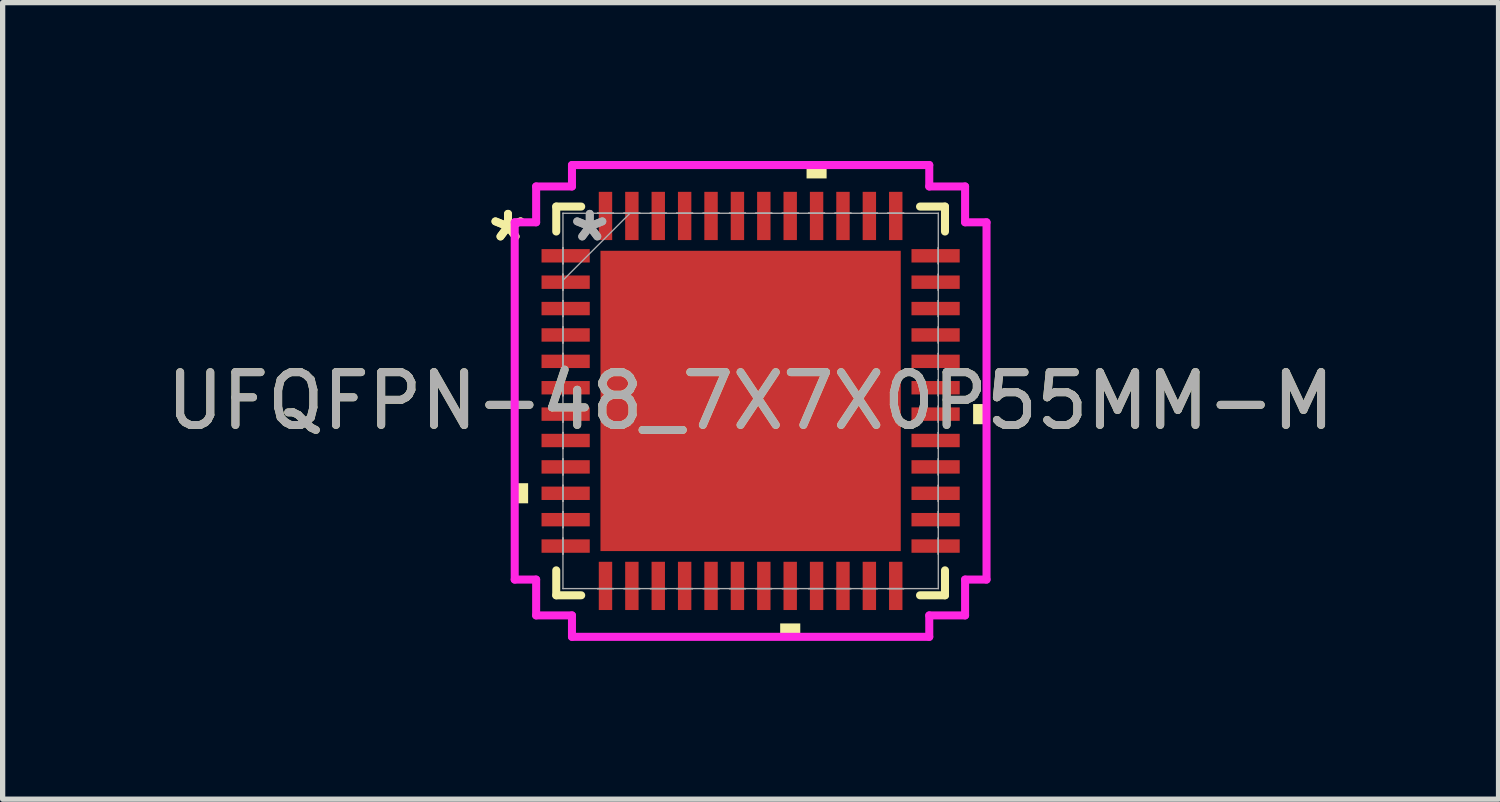
<source format=kicad_pcb>
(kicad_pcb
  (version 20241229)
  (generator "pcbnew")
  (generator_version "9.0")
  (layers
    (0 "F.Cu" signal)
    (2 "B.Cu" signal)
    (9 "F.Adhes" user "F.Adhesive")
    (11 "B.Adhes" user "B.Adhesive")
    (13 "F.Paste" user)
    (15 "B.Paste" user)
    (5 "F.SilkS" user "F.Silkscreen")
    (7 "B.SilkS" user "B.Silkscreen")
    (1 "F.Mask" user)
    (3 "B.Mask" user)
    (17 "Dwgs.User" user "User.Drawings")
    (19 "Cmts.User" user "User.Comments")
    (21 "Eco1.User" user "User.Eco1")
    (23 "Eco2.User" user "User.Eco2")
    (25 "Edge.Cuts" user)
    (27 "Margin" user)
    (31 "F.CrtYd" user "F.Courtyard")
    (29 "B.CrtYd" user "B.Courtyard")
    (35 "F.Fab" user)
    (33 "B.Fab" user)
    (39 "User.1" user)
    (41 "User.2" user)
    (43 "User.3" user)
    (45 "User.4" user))
  (footprint "UFQFPN-48_7X7X0P55MM-M"
    (layer "F.Cu")
    (at 11.173 4.547)
    (property "Reference" "UFQFPN-48_7X7X0P55MM-M" (at 0 0 0) (unlocked yes) (layer "F.SilkS") (effects (font (size 1 1) (thickness 0.15))))
    (attr smd)
    (fp_line (start -3.683 -3.683) (end -3.683 -3.21) (stroke (width 0.152) (type solid)) (layer "F.SilkS"))
    (fp_line (start -3.683 3.21) (end -3.683 3.683) (stroke (width 0.152) (type solid)) (layer "F.SilkS"))
    (fp_line (start -3.683 3.683) (end -3.21 3.683) (stroke (width 0.152) (type solid)) (layer "F.SilkS"))
    (fp_line (start -3.21 -3.683) (end -3.683 -3.683) (stroke (width 0.152) (type solid)) (layer "F.SilkS"))
    (fp_line (start 3.21 3.683) (end 3.683 3.683) (stroke (width 0.152) (type solid)) (layer "F.SilkS"))
    (fp_line (start 3.683 -3.683) (end 3.21 -3.683) (stroke (width 0.152) (type solid)) (layer "F.SilkS"))
    (fp_line (start 3.683 -3.21) (end 3.683 -3.683) (stroke (width 0.152) (type solid)) (layer "F.SilkS"))
    (fp_line (start 3.683 3.683) (end 3.683 3.21) (stroke (width 0.152) (type solid)) (layer "F.SilkS"))
    (fp_poly (pts (xy -4.47 1.559) (xy -4.47 1.94) (xy -4.216 1.94) (xy -4.216 1.559)) (stroke (width 0) (type solid)) (fill yes) (layer "F.SilkS"))
    (fp_poly (pts (xy 0.56 4.216) (xy 0.56 4.47) (xy 0.941 4.47) (xy 0.941 4.216)) (stroke (width 0) (type solid)) (fill yes) (layer "F.SilkS"))
    (fp_poly (pts (xy 1.06 -4.216) (xy 1.06 -4.47) (xy 1.44 -4.47) (xy 1.44 -4.216)) (stroke (width 0) (type solid)) (fill yes) (layer "F.SilkS"))
    (fp_poly (pts (xy 4.47 0.059) (xy 4.47 0.441) (xy 4.216 0.441) (xy 4.216 0.059)) (stroke (width 0) (type solid)) (fill yes) (layer "F.SilkS"))
    (fp_poly (pts (xy -2.745 -2.745) (xy -2.745 -1.522) (xy -1.522 -1.522) (xy -1.522 -2.745)) (stroke (width 0) (type solid)) (fill yes) (layer "F.Paste"))
    (fp_poly (pts (xy -2.745 -1.322) (xy -2.745 -0.1) (xy -1.522 -0.1) (xy -1.522 -1.322)) (stroke (width 0) (type solid)) (fill yes) (layer "F.Paste"))
    (fp_poly (pts (xy -2.745 0.1) (xy -2.745 1.322) (xy -1.522 1.322) (xy -1.522 0.1)) (stroke (width 0) (type solid)) (fill yes) (layer "F.Paste"))
    (fp_poly (pts (xy -2.745 1.522) (xy -2.745 2.745) (xy -1.522 2.745) (xy -1.522 1.522)) (stroke (width 0) (type solid)) (fill yes) (layer "F.Paste"))
    (fp_poly (pts (xy -1.322 -2.745) (xy -1.322 -1.522) (xy -0.1 -1.522) (xy -0.1 -2.745)) (stroke (width 0) (type solid)) (fill yes) (layer "F.Paste"))
    (fp_poly (pts (xy -1.322 -1.322) (xy -1.322 -0.1) (xy -0.1 -0.1) (xy -0.1 -1.322)) (stroke (width 0) (type solid)) (fill yes) (layer "F.Paste"))
    (fp_poly (pts (xy -1.322 0.1) (xy -1.322 1.322) (xy -0.1 1.322) (xy -0.1 0.1)) (stroke (width 0) (type solid)) (fill yes) (layer "F.Paste"))
    (fp_poly (pts (xy -1.322 1.522) (xy -1.322 2.745) (xy -0.1 2.745) (xy -0.1 1.522)) (stroke (width 0) (type solid)) (fill yes) (layer "F.Paste"))
    (fp_poly (pts (xy 0.1 -2.745) (xy 0.1 -1.522) (xy 1.322 -1.522) (xy 1.322 -2.745)) (stroke (width 0) (type solid)) (fill yes) (layer "F.Paste"))
    (fp_poly (pts (xy 0.1 -1.322) (xy 0.1 -0.1) (xy 1.322 -0.1) (xy 1.322 -1.322)) (stroke (width 0) (type solid)) (fill yes) (layer "F.Paste"))
    (fp_poly (pts (xy 0.1 0.1) (xy 0.1 1.322) (xy 1.322 1.322) (xy 1.322 0.1)) (stroke (width 0) (type solid)) (fill yes) (layer "F.Paste"))
    (fp_poly (pts (xy 0.1 1.522) (xy 0.1 2.745) (xy 1.322 2.745) (xy 1.322 1.522)) (stroke (width 0) (type solid)) (fill yes) (layer "F.Paste"))
    (fp_poly (pts (xy 1.522 -2.745) (xy 1.522 -1.522) (xy 2.745 -1.522) (xy 2.745 -2.745)) (stroke (width 0) (type solid)) (fill yes) (layer "F.Paste"))
    (fp_poly (pts (xy 1.522 -1.322) (xy 1.522 -0.1) (xy 2.745 -0.1) (xy 2.745 -1.322)) (stroke (width 0) (type solid)) (fill yes) (layer "F.Paste"))
    (fp_poly (pts (xy 1.522 0.1) (xy 1.522 1.322) (xy 2.745 1.322) (xy 2.745 0.1)) (stroke (width 0) (type solid)) (fill yes) (layer "F.Paste"))
    (fp_poly (pts (xy 1.522 1.522) (xy 1.522 2.745) (xy 2.745 2.745) (xy 2.745 1.522)) (stroke (width 0) (type solid)) (fill yes) (layer "F.Paste"))
    (fp_line (start -4.47 -3.385) (end -4.064 -3.385) (stroke (width 0.152) (type solid)) (layer "F.CrtYd"))
    (fp_line (start -4.47 3.385) (end -4.47 -3.385) (stroke (width 0.152) (type solid)) (layer "F.CrtYd"))
    (fp_line (start -4.064 -4.064) (end -3.385 -4.064) (stroke (width 0.152) (type solid)) (layer "F.CrtYd"))
    (fp_line (start -4.064 -3.385) (end -4.064 -4.064) (stroke (width 0.152) (type solid)) (layer "F.CrtYd"))
    (fp_line (start -4.064 3.385) (end -4.47 3.385) (stroke (width 0.152) (type solid)) (layer "F.CrtYd"))
    (fp_line (start -4.064 4.064) (end -4.064 3.385) (stroke (width 0.152) (type solid)) (layer "F.CrtYd"))
    (fp_line (start -3.385 -4.47) (end 3.385 -4.47) (stroke (width 0.152) (type solid)) (layer "F.CrtYd"))
    (fp_line (start -3.385 -4.064) (end -3.385 -4.47) (stroke (width 0.152) (type solid)) (layer "F.CrtYd"))
    (fp_line (start -3.385 4.064) (end -4.064 4.064) (stroke (width 0.152) (type solid)) (layer "F.CrtYd"))
    (fp_line (start -3.385 4.47) (end -3.385 4.064) (stroke (width 0.152) (type solid)) (layer "F.CrtYd"))
    (fp_line (start 3.385 -4.47) (end 3.385 -4.064) (stroke (width 0.152) (type solid)) (layer "F.CrtYd"))
    (fp_line (start 3.385 -4.064) (end 4.064 -4.064) (stroke (width 0.152) (type solid)) (layer "F.CrtYd"))
    (fp_line (start 3.385 4.064) (end 3.385 4.47) (stroke (width 0.152) (type solid)) (layer "F.CrtYd"))
    (fp_line (start 3.385 4.47) (end -3.385 4.47) (stroke (width 0.152) (type solid)) (layer "F.CrtYd"))
    (fp_line (start 4.064 -4.064) (end 4.064 -3.385) (stroke (width 0.152) (type solid)) (layer "F.CrtYd"))
    (fp_line (start 4.064 -3.385) (end 4.47 -3.385) (stroke (width 0.152) (type solid)) (layer "F.CrtYd"))
    (fp_line (start 4.064 3.385) (end 4.064 4.064) (stroke (width 0.152) (type solid)) (layer "F.CrtYd"))
    (fp_line (start 4.064 4.064) (end 3.385 4.064) (stroke (width 0.152) (type solid)) (layer "F.CrtYd"))
    (fp_line (start 4.47 -3.385) (end 4.47 3.385) (stroke (width 0.152) (type solid)) (layer "F.CrtYd"))
    (fp_line (start 4.47 3.385) (end 4.064 3.385) (stroke (width 0.152) (type solid)) (layer "F.CrtYd"))
    (fp_line (start -3.556 -3.556) (end -3.556 -3.556) (stroke (width 0.025) (type solid)) (layer "F.Fab"))
    (fp_line (start -3.556 -3.556) (end -3.556 3.556) (stroke (width 0.025) (type solid)) (layer "F.Fab"))
    (fp_line (start -3.556 -2.902) (end -3.556 -2.902) (stroke (width 0.025) (type solid)) (layer "F.Fab"))
    (fp_line (start -3.556 -2.902) (end -3.556 -2.598) (stroke (width 0.025) (type solid)) (layer "F.Fab"))
    (fp_line (start -3.556 -2.598) (end -3.556 -2.902) (stroke (width 0.025) (type solid)) (layer "F.Fab"))
    (fp_line (start -3.556 -2.598) (end -3.556 -2.598) (stroke (width 0.025) (type solid)) (layer "F.Fab"))
    (fp_line (start -3.556 -2.402) (end -3.556 -2.402) (stroke (width 0.025) (type solid)) (layer "F.Fab"))
    (fp_line (start -3.556 -2.402) (end -3.556 -2.098) (stroke (width 0.025) (type solid)) (layer "F.Fab"))
    (fp_line (start -3.556 -2.286) (end -2.286 -3.556) (stroke (width 0.025) (type solid)) (layer "F.Fab"))
    (fp_line (start -3.556 -2.098) (end -3.556 -2.402) (stroke (width 0.025) (type solid)) (layer "F.Fab"))
    (fp_line (start -3.556 -2.098) (end -3.556 -2.098) (stroke (width 0.025) (type solid)) (layer "F.Fab"))
    (fp_line (start -3.556 -1.902) (end -3.556 -1.902) (stroke (width 0.025) (type solid)) (layer "F.Fab"))
    (fp_line (start -3.556 -1.902) (end -3.556 -1.598) (stroke (width 0.025) (type solid)) (layer "F.Fab"))
    (fp_line (start -3.556 -1.598) (end -3.556 -1.902) (stroke (width 0.025) (type solid)) (layer "F.Fab"))
    (fp_line (start -3.556 -1.598) (end -3.556 -1.598) (stroke (width 0.025) (type solid)) (layer "F.Fab"))
    (fp_line (start -3.556 -1.402) (end -3.556 -1.402) (stroke (width 0.025) (type solid)) (layer "F.Fab"))
    (fp_line (start -3.556 -1.402) (end -3.556 -1.098) (stroke (width 0.025) (type solid)) (layer "F.Fab"))
    (fp_line (start -3.556 -1.098) (end -3.556 -1.402) (stroke (width 0.025) (type solid)) (layer "F.Fab"))
    (fp_line (start -3.556 -1.098) (end -3.556 -1.098) (stroke (width 0.025) (type solid)) (layer "F.Fab"))
    (fp_line (start -3.556 -0.902) (end -3.556 -0.902) (stroke (width 0.025) (type solid)) (layer "F.Fab"))
    (fp_line (start -3.556 -0.902) (end -3.556 -0.598) (stroke (width 0.025) (type solid)) (layer "F.Fab"))
    (fp_line (start -3.556 -0.598) (end -3.556 -0.902) (stroke (width 0.025) (type solid)) (layer "F.Fab"))
    (fp_line (start -3.556 -0.598) (end -3.556 -0.598) (stroke (width 0.025) (type solid)) (layer "F.Fab"))
    (fp_line (start -3.556 -0.402) (end -3.556 -0.402) (stroke (width 0.025) (type solid)) (layer "F.Fab"))
    (fp_line (start -3.556 -0.402) (end -3.556 -0.098) (stroke (width 0.025) (type solid)) (layer "F.Fab"))
    (fp_line (start -3.556 -0.098) (end -3.556 -0.402) (stroke (width 0.025) (type solid)) (layer "F.Fab"))
    (fp_line (start -3.556 -0.098) (end -3.556 -0.098) (stroke (width 0.025) (type solid)) (layer "F.Fab"))
    (fp_line (start -3.556 0.098) (end -3.556 0.098) (stroke (width 0.025) (type solid)) (layer "F.Fab"))
    (fp_line (start -3.556 0.098) (end -3.556 0.402) (stroke (width 0.025) (type solid)) (layer "F.Fab"))
    (fp_line (start -3.556 0.402) (end -3.556 0.098) (stroke (width 0.025) (type solid)) (layer "F.Fab"))
    (fp_line (start -3.556 0.402) (end -3.556 0.402) (stroke (width 0.025) (type solid)) (layer "F.Fab"))
    (fp_line (start -3.556 0.598) (end -3.556 0.598) (stroke (width 0.025) (type solid)) (layer "F.Fab"))
    (fp_line (start -3.556 0.598) (end -3.556 0.902) (stroke (width 0.025) (type solid)) (layer "F.Fab"))
    (fp_line (start -3.556 0.902) (end -3.556 0.598) (stroke (width 0.025) (type solid)) (layer "F.Fab"))
    (fp_line (start -3.556 0.902) (end -3.556 0.902) (stroke (width 0.025) (type solid)) (layer "F.Fab"))
    (fp_line (start -3.556 1.098) (end -3.556 1.098) (stroke (width 0.025) (type solid)) (layer "F.Fab"))
    (fp_line (start -3.556 1.098) (end -3.556 1.402) (stroke (width 0.025) (type solid)) (layer "F.Fab"))
    (fp_line (start -3.556 1.402) (end -3.556 1.098) (stroke (width 0.025) (type solid)) (layer "F.Fab"))
    (fp_line (start -3.556 1.402) (end -3.556 1.402) (stroke (width 0.025) (type solid)) (layer "F.Fab"))
    (fp_line (start -3.556 1.598) (end -3.556 1.598) (stroke (width 0.025) (type solid)) (layer "F.Fab"))
    (fp_line (start -3.556 1.598) (end -3.556 1.902) (stroke (width 0.025) (type solid)) (layer "F.Fab"))
    (fp_line (start -3.556 1.902) (end -3.556 1.598) (stroke (width 0.025) (type solid)) (layer "F.Fab"))
    (fp_line (start -3.556 1.902) (end -3.556 1.902) (stroke (width 0.025) (type solid)) (layer "F.Fab"))
    (fp_line (start -3.556 2.098) (end -3.556 2.098) (stroke (width 0.025) (type solid)) (layer "F.Fab"))
    (fp_line (start -3.556 2.098) (end -3.556 2.402) (stroke (width 0.025) (type solid)) (layer "F.Fab"))
    (fp_line (start -3.556 2.402) (end -3.556 2.098) (stroke (width 0.025) (type solid)) (layer "F.Fab"))
    (fp_line (start -3.556 2.402) (end -3.556 2.402) (stroke (width 0.025) (type solid)) (layer "F.Fab"))
    (fp_line (start -3.556 2.598) (end -3.556 2.598) (stroke (width 0.025) (type solid)) (layer "F.Fab"))
    (fp_line (start -3.556 2.598) (end -3.556 2.902) (stroke (width 0.025) (type solid)) (layer "F.Fab"))
    (fp_line (start -3.556 2.902) (end -3.556 2.598) (stroke (width 0.025) (type solid)) (layer "F.Fab"))
    (fp_line (start -3.556 2.902) (end -3.556 2.902) (stroke (width 0.025) (type solid)) (layer "F.Fab"))
    (fp_line (start -3.556 3.556) (end -3.556 3.556) (stroke (width 0.025) (type solid)) (layer "F.Fab"))
    (fp_line (start -3.556 3.556) (end 3.556 3.556) (stroke (width 0.025) (type solid)) (layer "F.Fab"))
    (fp_line (start -2.902 -3.556) (end -2.902 -3.556) (stroke (width 0.025) (type solid)) (layer "F.Fab"))
    (fp_line (start -2.902 -3.556) (end -2.598 -3.556) (stroke (width 0.025) (type solid)) (layer "F.Fab"))
    (fp_line (start -2.902 3.556) (end -2.902 3.556) (stroke (width 0.025) (type solid)) (layer "F.Fab"))
    (fp_line (start -2.902 3.556) (end -2.598 3.556) (stroke (width 0.025) (type solid)) (layer "F.Fab"))
    (fp_line (start -2.598 -3.556) (end -2.902 -3.556) (stroke (width 0.025) (type solid)) (layer "F.Fab"))
    (fp_line (start -2.598 -3.556) (end -2.598 -3.556) (stroke (width 0.025) (type solid)) (layer "F.Fab"))
    (fp_line (start -2.598 3.556) (end -2.902 3.556) (stroke (width 0.025) (type solid)) (layer "F.Fab"))
    (fp_line (start -2.598 3.556) (end -2.598 3.556) (stroke (width 0.025) (type solid)) (layer "F.Fab"))
    (fp_line (start -2.402 -3.556) (end -2.402 -3.556) (stroke (width 0.025) (type solid)) (layer "F.Fab"))
    (fp_line (start -2.402 -3.556) (end -2.098 -3.556) (stroke (width 0.025) (type solid)) (layer "F.Fab"))
    (fp_line (start -2.402 3.556) (end -2.402 3.556) (stroke (width 0.025) (type solid)) (layer "F.Fab"))
    (fp_line (start -2.402 3.556) (end -2.098 3.556) (stroke (width 0.025) (type solid)) (layer "F.Fab"))
    (fp_line (start -2.098 -3.556) (end -2.402 -3.556) (stroke (width 0.025) (type solid)) (layer "F.Fab"))
    (fp_line (start -2.098 -3.556) (end -2.098 -3.556) (stroke (width 0.025) (type solid)) (layer "F.Fab"))
    (fp_line (start -2.098 3.556) (end -2.402 3.556) (stroke (width 0.025) (type solid)) (layer "F.Fab"))
    (fp_line (start -2.098 3.556) (end -2.098 3.556) (stroke (width 0.025) (type solid)) (layer "F.Fab"))
    (fp_line (start -1.902 -3.556) (end -1.902 -3.556) (stroke (width 0.025) (type solid)) (layer "F.Fab"))
    (fp_line (start -1.902 -3.556) (end -1.598 -3.556) (stroke (width 0.025) (type solid)) (layer "F.Fab"))
    (fp_line (start -1.902 3.556) (end -1.902 3.556) (stroke (width 0.025) (type solid)) (layer "F.Fab"))
    (fp_line (start -1.902 3.556) (end -1.598 3.556) (stroke (width 0.025) (type solid)) (layer "F.Fab"))
    (fp_line (start -1.598 -3.556) (end -1.902 -3.556) (stroke (width 0.025) (type solid)) (layer "F.Fab"))
    (fp_line (start -1.598 -3.556) (end -1.598 -3.556) (stroke (width 0.025) (type solid)) (layer "F.Fab"))
    (fp_line (start -1.598 3.556) (end -1.902 3.556) (stroke (width 0.025) (type solid)) (layer "F.Fab"))
    (fp_line (start -1.598 3.556) (end -1.598 3.556) (stroke (width 0.025) (type solid)) (layer "F.Fab"))
    (fp_line (start -1.402 -3.556) (end -1.402 -3.556) (stroke (width 0.025) (type solid)) (layer "F.Fab"))
    (fp_line (start -1.402 -3.556) (end -1.098 -3.556) (stroke (width 0.025) (type solid)) (layer "F.Fab"))
    (fp_line (start -1.402 3.556) (end -1.402 3.556) (stroke (width 0.025) (type solid)) (layer "F.Fab"))
    (fp_line (start -1.402 3.556) (end -1.098 3.556) (stroke (width 0.025) (type solid)) (layer "F.Fab"))
    (fp_line (start -1.098 -3.556) (end -1.402 -3.556) (stroke (width 0.025) (type solid)) (layer "F.Fab"))
    (fp_line (start -1.098 -3.556) (end -1.098 -3.556) (stroke (width 0.025) (type solid)) (layer "F.Fab"))
    (fp_line (start -1.098 3.556) (end -1.402 3.556) (stroke (width 0.025) (type solid)) (layer "F.Fab"))
    (fp_line (start -1.098 3.556) (end -1.098 3.556) (stroke (width 0.025) (type solid)) (layer "F.Fab"))
    (fp_line (start -0.902 -3.556) (end -0.902 -3.556) (stroke (width 0.025) (type solid)) (layer "F.Fab"))
    (fp_line (start -0.902 -3.556) (end -0.598 -3.556) (stroke (width 0.025) (type solid)) (layer "F.Fab"))
    (fp_line (start -0.902 3.556) (end -0.902 3.556) (stroke (width 0.025) (type solid)) (layer "F.Fab"))
    (fp_line (start -0.902 3.556) (end -0.598 3.556) (stroke (width 0.025) (type solid)) (layer "F.Fab"))
    (fp_line (start -0.598 -3.556) (end -0.902 -3.556) (stroke (width 0.025) (type solid)) (layer "F.Fab"))
    (fp_line (start -0.598 -3.556) (end -0.598 -3.556) (stroke (width 0.025) (type solid)) (layer "F.Fab"))
    (fp_line (start -0.598 3.556) (end -0.902 3.556) (stroke (width 0.025) (type solid)) (layer "F.Fab"))
    (fp_line (start -0.598 3.556) (end -0.598 3.556) (stroke (width 0.025) (type solid)) (layer "F.Fab"))
    (fp_line (start -0.402 -3.556) (end -0.402 -3.556) (stroke (width 0.025) (type solid)) (layer "F.Fab"))
    (fp_line (start -0.402 -3.556) (end -0.098 -3.556) (stroke (width 0.025) (type solid)) (layer "F.Fab"))
    (fp_line (start -0.402 3.556) (end -0.402 3.556) (stroke (width 0.025) (type solid)) (layer "F.Fab"))
    (fp_line (start -0.402 3.556) (end -0.098 3.556) (stroke (width 0.025) (type solid)) (layer "F.Fab"))
    (fp_line (start -0.098 -3.556) (end -0.402 -3.556) (stroke (width 0.025) (type solid)) (layer "F.Fab"))
    (fp_line (start -0.098 -3.556) (end -0.098 -3.556) (stroke (width 0.025) (type solid)) (layer "F.Fab"))
    (fp_line (start -0.098 3.556) (end -0.402 3.556) (stroke (width 0.025) (type solid)) (layer "F.Fab"))
    (fp_line (start -0.098 3.556) (end -0.098 3.556) (stroke (width 0.025) (type solid)) (layer "F.Fab"))
    (fp_line (start 0.098 -3.556) (end 0.098 -3.556) (stroke (width 0.025) (type solid)) (layer "F.Fab"))
    (fp_line (start 0.098 -3.556) (end 0.402 -3.556) (stroke (width 0.025) (type solid)) (layer "F.Fab"))
    (fp_line (start 0.098 3.556) (end 0.098 3.556) (stroke (width 0.025) (type solid)) (layer "F.Fab"))
    (fp_line (start 0.098 3.556) (end 0.402 3.556) (stroke (width 0.025) (type solid)) (layer "F.Fab"))
    (fp_line (start 0.402 -3.556) (end 0.098 -3.556) (stroke (width 0.025) (type solid)) (layer "F.Fab"))
    (fp_line (start 0.402 -3.556) (end 0.402 -3.556) (stroke (width 0.025) (type solid)) (layer "F.Fab"))
    (fp_line (start 0.402 3.556) (end 0.098 3.556) (stroke (width 0.025) (type solid)) (layer "F.Fab"))
    (fp_line (start 0.402 3.556) (end 0.402 3.556) (stroke (width 0.025) (type solid)) (layer "F.Fab"))
    (fp_line (start 0.598 -3.556) (end 0.598 -3.556) (stroke (width 0.025) (type solid)) (layer "F.Fab"))
    (fp_line (start 0.598 -3.556) (end 0.902 -3.556) (stroke (width 0.025) (type solid)) (layer "F.Fab"))
    (fp_line (start 0.598 3.556) (end 0.598 3.556) (stroke (width 0.025) (type solid)) (layer "F.Fab"))
    (fp_line (start 0.598 3.556) (end 0.902 3.556) (stroke (width 0.025) (type solid)) (layer "F.Fab"))
    (fp_line (start 0.902 -3.556) (end 0.598 -3.556) (stroke (width 0.025) (type solid)) (layer "F.Fab"))
    (fp_line (start 0.902 -3.556) (end 0.902 -3.556) (stroke (width 0.025) (type solid)) (layer "F.Fab"))
    (fp_line (start 0.902 3.556) (end 0.598 3.556) (stroke (width 0.025) (type solid)) (layer "F.Fab"))
    (fp_line (start 0.902 3.556) (end 0.902 3.556) (stroke (width 0.025) (type solid)) (layer "F.Fab"))
    (fp_line (start 1.098 -3.556) (end 1.098 -3.556) (stroke (width 0.025) (type solid)) (layer "F.Fab"))
    (fp_line (start 1.098 -3.556) (end 1.402 -3.556) (stroke (width 0.025) (type solid)) (layer "F.Fab"))
    (fp_line (start 1.098 3.556) (end 1.098 3.556) (stroke (width 0.025) (type solid)) (layer "F.Fab"))
    (fp_line (start 1.098 3.556) (end 1.402 3.556) (stroke (width 0.025) (type solid)) (layer "F.Fab"))
    (fp_line (start 1.402 -3.556) (end 1.098 -3.556) (stroke (width 0.025) (type solid)) (layer "F.Fab"))
    (fp_line (start 1.402 -3.556) (end 1.402 -3.556) (stroke (width 0.025) (type solid)) (layer "F.Fab"))
    (fp_line (start 1.402 3.556) (end 1.098 3.556) (stroke (width 0.025) (type solid)) (layer "F.Fab"))
    (fp_line (start 1.402 3.556) (end 1.402 3.556) (stroke (width 0.025) (type solid)) (layer "F.Fab"))
    (fp_line (start 1.598 -3.556) (end 1.598 -3.556) (stroke (width 0.025) (type solid)) (layer "F.Fab"))
    (fp_line (start 1.598 -3.556) (end 1.902 -3.556) (stroke (width 0.025) (type solid)) (layer "F.Fab"))
    (fp_line (start 1.598 3.556) (end 1.598 3.556) (stroke (width 0.025) (type solid)) (layer "F.Fab"))
    (fp_line (start 1.598 3.556) (end 1.902 3.556) (stroke (width 0.025) (type solid)) (layer "F.Fab"))
    (fp_line (start 1.902 -3.556) (end 1.598 -3.556) (stroke (width 0.025) (type solid)) (layer "F.Fab"))
    (fp_line (start 1.902 -3.556) (end 1.902 -3.556) (stroke (width 0.025) (type solid)) (layer "F.Fab"))
    (fp_line (start 1.902 3.556) (end 1.598 3.556) (stroke (width 0.025) (type solid)) (layer "F.Fab"))
    (fp_line (start 1.902 3.556) (end 1.902 3.556) (stroke (width 0.025) (type solid)) (layer "F.Fab"))
    (fp_line (start 2.098 -3.556) (end 2.098 -3.556) (stroke (width 0.025) (type solid)) (layer "F.Fab"))
    (fp_line (start 2.098 -3.556) (end 2.402 -3.556) (stroke (width 0.025) (type solid)) (layer "F.Fab"))
    (fp_line (start 2.098 3.556) (end 2.098 3.556) (stroke (width 0.025) (type solid)) (layer "F.Fab"))
    (fp_line (start 2.098 3.556) (end 2.402 3.556) (stroke (width 0.025) (type solid)) (layer "F.Fab"))
    (fp_line (start 2.402 -3.556) (end 2.098 -3.556) (stroke (width 0.025) (type solid)) (layer "F.Fab"))
    (fp_line (start 2.402 -3.556) (end 2.402 -3.556) (stroke (width 0.025) (type solid)) (layer "F.Fab"))
    (fp_line (start 2.402 3.556) (end 2.098 3.556) (stroke (width 0.025) (type solid)) (layer "F.Fab"))
    (fp_line (start 2.402 3.556) (end 2.402 3.556) (stroke (width 0.025) (type solid)) (layer "F.Fab"))
    (fp_line (start 2.598 -3.556) (end 2.598 -3.556) (stroke (width 0.025) (type solid)) (layer "F.Fab"))
    (fp_line (start 2.598 -3.556) (end 2.902 -3.556) (stroke (width 0.025) (type solid)) (layer "F.Fab"))
    (fp_line (start 2.598 3.556) (end 2.598 3.556) (stroke (width 0.025) (type solid)) (layer "F.Fab"))
    (fp_line (start 2.598 3.556) (end 2.902 3.556) (stroke (width 0.025) (type solid)) (layer "F.Fab"))
    (fp_line (start 2.902 -3.556) (end 2.598 -3.556) (stroke (width 0.025) (type solid)) (layer "F.Fab"))
    (fp_line (start 2.902 -3.556) (end 2.902 -3.556) (stroke (width 0.025) (type solid)) (layer "F.Fab"))
    (fp_line (start 2.902 3.556) (end 2.598 3.556) (stroke (width 0.025) (type solid)) (layer "F.Fab"))
    (fp_line (start 2.902 3.556) (end 2.902 3.556) (stroke (width 0.025) (type solid)) (layer "F.Fab"))
    (fp_line (start 3.556 -3.556) (end -3.556 -3.556) (stroke (width 0.025) (type solid)) (layer "F.Fab"))
    (fp_line (start 3.556 -3.556) (end 3.556 -3.556) (stroke (width 0.025) (type solid)) (layer "F.Fab"))
    (fp_line (start 3.556 -2.902) (end 3.556 -2.902) (stroke (width 0.025) (type solid)) (layer "F.Fab"))
    (fp_line (start 3.556 -2.902) (end 3.556 -2.598) (stroke (width 0.025) (type solid)) (layer "F.Fab"))
    (fp_line (start 3.556 -2.598) (end 3.556 -2.902) (stroke (width 0.025) (type solid)) (layer "F.Fab"))
    (fp_line (start 3.556 -2.598) (end 3.556 -2.598) (stroke (width 0.025) (type solid)) (layer "F.Fab"))
    (fp_line (start 3.556 -2.402) (end 3.556 -2.402) (stroke (width 0.025) (type solid)) (layer "F.Fab"))
    (fp_line (start 3.556 -2.402) (end 3.556 -2.098) (stroke (width 0.025) (type solid)) (layer "F.Fab"))
    (fp_line (start 3.556 -2.098) (end 3.556 -2.402) (stroke (width 0.025) (type solid)) (layer "F.Fab"))
    (fp_line (start 3.556 -2.098) (end 3.556 -2.098) (stroke (width 0.025) (type solid)) (layer "F.Fab"))
    (fp_line (start 3.556 -1.902) (end 3.556 -1.902) (stroke (width 0.025) (type solid)) (layer "F.Fab"))
    (fp_line (start 3.556 -1.902) (end 3.556 -1.598) (stroke (width 0.025) (type solid)) (layer "F.Fab"))
    (fp_line (start 3.556 -1.598) (end 3.556 -1.902) (stroke (width 0.025) (type solid)) (layer "F.Fab"))
    (fp_line (start 3.556 -1.598) (end 3.556 -1.598) (stroke (width 0.025) (type solid)) (layer "F.Fab"))
    (fp_line (start 3.556 -1.402) (end 3.556 -1.402) (stroke (width 0.025) (type solid)) (layer "F.Fab"))
    (fp_line (start 3.556 -1.402) (end 3.556 -1.098) (stroke (width 0.025) (type solid)) (layer "F.Fab"))
    (fp_line (start 3.556 -1.098) (end 3.556 -1.402) (stroke (width 0.025) (type solid)) (layer "F.Fab"))
    (fp_line (start 3.556 -1.098) (end 3.556 -1.098) (stroke (width 0.025) (type solid)) (layer "F.Fab"))
    (fp_line (start 3.556 -0.902) (end 3.556 -0.902) (stroke (width 0.025) (type solid)) (layer "F.Fab"))
    (fp_line (start 3.556 -0.902) (end 3.556 -0.598) (stroke (width 0.025) (type solid)) (layer "F.Fab"))
    (fp_line (start 3.556 -0.598) (end 3.556 -0.902) (stroke (width 0.025) (type solid)) (layer "F.Fab"))
    (fp_line (start 3.556 -0.598) (end 3.556 -0.598) (stroke (width 0.025) (type solid)) (layer "F.Fab"))
    (fp_line (start 3.556 -0.402) (end 3.556 -0.402) (stroke (width 0.025) (type solid)) (layer "F.Fab"))
    (fp_line (start 3.556 -0.402) (end 3.556 -0.098) (stroke (width 0.025) (type solid)) (layer "F.Fab"))
    (fp_line (start 3.556 -0.098) (end 3.556 -0.402) (stroke (width 0.025) (type solid)) (layer "F.Fab"))
    (fp_line (start 3.556 -0.098) (end 3.556 -0.098) (stroke (width 0.025) (type solid)) (layer "F.Fab"))
    (fp_line (start 3.556 0.098) (end 3.556 0.098) (stroke (width 0.025) (type solid)) (layer "F.Fab"))
    (fp_line (start 3.556 0.098) (end 3.556 0.402) (stroke (width 0.025) (type solid)) (layer "F.Fab"))
    (fp_line (start 3.556 0.402) (end 3.556 0.098) (stroke (width 0.025) (type solid)) (layer "F.Fab"))
    (fp_line (start 3.556 0.402) (end 3.556 0.402) (stroke (width 0.025) (type solid)) (layer "F.Fab"))
    (fp_line (start 3.556 0.598) (end 3.556 0.598) (stroke (width 0.025) (type solid)) (layer "F.Fab"))
    (fp_line (start 3.556 0.598) (end 3.556 0.902) (stroke (width 0.025) (type solid)) (layer "F.Fab"))
    (fp_line (start 3.556 0.902) (end 3.556 0.598) (stroke (width 0.025) (type solid)) (layer "F.Fab"))
    (fp_line (start 3.556 0.902) (end 3.556 0.902) (stroke (width 0.025) (type solid)) (layer "F.Fab"))
    (fp_line (start 3.556 1.098) (end 3.556 1.098) (stroke (width 0.025) (type solid)) (layer "F.Fab"))
    (fp_line (start 3.556 1.098) (end 3.556 1.402) (stroke (width 0.025) (type solid)) (layer "F.Fab"))
    (fp_line (start 3.556 1.402) (end 3.556 1.098) (stroke (width 0.025) (type solid)) (layer "F.Fab"))
    (fp_line (start 3.556 1.402) (end 3.556 1.402) (stroke (width 0.025) (type solid)) (layer "F.Fab"))
    (fp_line (start 3.556 1.598) (end 3.556 1.598) (stroke (width 0.025) (type solid)) (layer "F.Fab"))
    (fp_line (start 3.556 1.598) (end 3.556 1.902) (stroke (width 0.025) (type solid)) (layer "F.Fab"))
    (fp_line (start 3.556 1.902) (end 3.556 1.598) (stroke (width 0.025) (type solid)) (layer "F.Fab"))
    (fp_line (start 3.556 1.902) (end 3.556 1.902) (stroke (width 0.025) (type solid)) (layer "F.Fab"))
    (fp_line (start 3.556 2.098) (end 3.556 2.098) (stroke (width 0.025) (type solid)) (layer "F.Fab"))
    (fp_line (start 3.556 2.098) (end 3.556 2.402) (stroke (width 0.025) (type solid)) (layer "F.Fab"))
    (fp_line (start 3.556 2.402) (end 3.556 2.098) (stroke (width 0.025) (type solid)) (layer "F.Fab"))
    (fp_line (start 3.556 2.402) (end 3.556 2.402) (stroke (width 0.025) (type solid)) (layer "F.Fab"))
    (fp_line (start 3.556 2.598) (end 3.556 2.598) (stroke (width 0.025) (type solid)) (layer "F.Fab"))
    (fp_line (start 3.556 2.598) (end 3.556 2.902) (stroke (width 0.025) (type solid)) (layer "F.Fab"))
    (fp_line (start 3.556 2.902) (end 3.556 2.598) (stroke (width 0.025) (type solid)) (layer "F.Fab"))
    (fp_line (start 3.556 2.902) (end 3.556 2.902) (stroke (width 0.025) (type solid)) (layer "F.Fab"))
    (fp_line (start 3.556 3.556) (end 3.556 -3.556) (stroke (width 0.025) (type solid)) (layer "F.Fab"))
    (fp_line (start 3.556 3.556) (end 3.556 3.556) (stroke (width 0.025) (type solid)) (layer "F.Fab"))
    (fp_text user "*" (at -4.597 -3 0) (layer "F.SilkS") (effects (font (size 1 1) (thickness 0.15))))
    (fp_text user "*" (at -4.597 -3 0) (unlocked yes) (layer "F.SilkS") (effects (font (size 1 1) (thickness 0.15))))
    (fp_text user "${REFERENCE}" (at 0 0 0) (unlocked yes) (layer "F.Fab") (effects (font (size 1 1) (thickness 0.15))))
    (fp_text user "*" (at -3.048 -3 0) (layer "F.Fab") (effects (font (size 1 1) (thickness 0.15))))
    (fp_text user "*" (at -3.048 -3 0) (unlocked yes) (layer "F.Fab") (effects (font (size 1 1) (thickness 0.15))))
    (pad "1" smd rect (at -3.505 -2.75 90) (size 0.254 0.914) (layers "F.Cu" "F.Mask" "F.Paste"))
    (pad "2" smd rect (at -3.505 -2.25 90) (size 0.254 0.914) (layers "F.Cu" "F.Mask" "F.Paste"))
    (pad "3" smd rect (at -3.505 -1.75 90) (size 0.254 0.914) (layers "F.Cu" "F.Mask" "F.Paste"))
    (pad "4" smd rect (at -3.505 -1.25 90) (size 0.254 0.914) (layers "F.Cu" "F.Mask" "F.Paste"))
    (pad "5" smd rect (at -3.505 -0.75 90) (size 0.254 0.914) (layers "F.Cu" "F.Mask" "F.Paste"))
    (pad "6" smd rect (at -3.505 -0.25 90) (size 0.254 0.914) (layers "F.Cu" "F.Mask" "F.Paste"))
    (pad "7" smd rect (at -3.505 0.25 90) (size 0.254 0.914) (layers "F.Cu" "F.Mask" "F.Paste"))
    (pad "8" smd rect (at -3.505 0.75 90) (size 0.254 0.914) (layers "F.Cu" "F.Mask" "F.Paste"))
    (pad "9" smd rect (at -3.505 1.25 90) (size 0.254 0.914) (layers "F.Cu" "F.Mask" "F.Paste"))
    (pad "10" smd rect (at -3.505 1.75 90) (size 0.254 0.914) (layers "F.Cu" "F.Mask" "F.Paste"))
    (pad "11" smd rect (at -3.505 2.25 90) (size 0.254 0.914) (layers "F.Cu" "F.Mask" "F.Paste"))
    (pad "12" smd rect (at -3.505 2.75 90) (size 0.254 0.914) (layers "F.Cu" "F.Mask" "F.Paste"))
    (pad "13" smd rect (at -2.75 3.505) (size 0.254 0.914) (layers "F.Cu" "F.Mask" "F.Paste"))
    (pad "14" smd rect (at -2.25 3.505) (size 0.254 0.914) (layers "F.Cu" "F.Mask" "F.Paste"))
    (pad "15" smd rect (at -1.75 3.505) (size 0.254 0.914) (layers "F.Cu" "F.Mask" "F.Paste"))
    (pad "16" smd rect (at -1.25 3.505) (size 0.254 0.914) (layers "F.Cu" "F.Mask" "F.Paste"))
    (pad "17" smd rect (at -0.75 3.505) (size 0.254 0.914) (layers "F.Cu" "F.Mask" "F.Paste"))
    (pad "18" smd rect (at -0.25 3.505) (size 0.254 0.914) (layers "F.Cu" "F.Mask" "F.Paste"))
    (pad "19" smd rect (at 0.25 3.505) (size 0.254 0.914) (layers "F.Cu" "F.Mask" "F.Paste"))
    (pad "20" smd rect (at 0.75 3.505) (size 0.254 0.914) (layers "F.Cu" "F.Mask" "F.Paste"))
    (pad "21" smd rect (at 1.25 3.505) (size 0.254 0.914) (layers "F.Cu" "F.Mask" "F.Paste"))
    (pad "22" smd rect (at 1.75 3.505) (size 0.254 0.914) (layers "F.Cu" "F.Mask" "F.Paste"))
    (pad "23" smd rect (at 2.25 3.505) (size 0.254 0.914) (layers "F.Cu" "F.Mask" "F.Paste"))
    (pad "24" smd rect (at 2.75 3.505) (size 0.254 0.914) (layers "F.Cu" "F.Mask" "F.Paste"))
    (pad "25" smd rect (at 3.505 2.75 90) (size 0.254 0.914) (layers "F.Cu" "F.Mask" "F.Paste"))
    (pad "26" smd rect (at 3.505 2.25 90) (size 0.254 0.914) (layers "F.Cu" "F.Mask" "F.Paste"))
    (pad "27" smd rect (at 3.505 1.75 90) (size 0.254 0.914) (layers "F.Cu" "F.Mask" "F.Paste"))
    (pad "28" smd rect (at 3.505 1.25 90) (size 0.254 0.914) (layers "F.Cu" "F.Mask" "F.Paste"))
    (pad "29" smd rect (at 3.505 0.75 90) (size 0.254 0.914) (layers "F.Cu" "F.Mask" "F.Paste"))
    (pad "30" smd rect (at 3.505 0.25 90) (size 0.254 0.914) (layers "F.Cu" "F.Mask" "F.Paste"))
    (pad "31" smd rect (at 3.505 -0.25 90) (size 0.254 0.914) (layers "F.Cu" "F.Mask" "F.Paste"))
    (pad "32" smd rect (at 3.505 -0.75 90) (size 0.254 0.914) (layers "F.Cu" "F.Mask" "F.Paste"))
    (pad "33" smd rect (at 3.505 -1.25 90) (size 0.254 0.914) (layers "F.Cu" "F.Mask" "F.Paste"))
    (pad "34" smd rect (at 3.505 -1.75 90) (size 0.254 0.914) (layers "F.Cu" "F.Mask" "F.Paste"))
    (pad "35" smd rect (at 3.505 -2.25 90) (size 0.254 0.914) (layers "F.Cu" "F.Mask" "F.Paste"))
    (pad "36" smd rect (at 3.505 -2.75 90) (size 0.254 0.914) (layers "F.Cu" "F.Mask" "F.Paste"))
    (pad "37" smd rect (at 2.75 -3.505) (size 0.254 0.914) (layers "F.Cu" "F.Mask" "F.Paste"))
    (pad "38" smd rect (at 2.25 -3.505) (size 0.254 0.914) (layers "F.Cu" "F.Mask" "F.Paste"))
    (pad "39" smd rect (at 1.75 -3.505) (size 0.254 0.914) (layers "F.Cu" "F.Mask" "F.Paste"))
    (pad "40" smd rect (at 1.25 -3.505) (size 0.254 0.914) (layers "F.Cu" "F.Mask" "F.Paste"))
    (pad "41" smd rect (at 0.75 -3.505) (size 0.254 0.914) (layers "F.Cu" "F.Mask" "F.Paste"))
    (pad "42" smd rect (at 0.25 -3.505) (size 0.254 0.914) (layers "F.Cu" "F.Mask" "F.Paste"))
    (pad "43" smd rect (at -0.25 -3.505) (size 0.254 0.914) (layers "F.Cu" "F.Mask" "F.Paste"))
    (pad "44" smd rect (at -0.75 -3.505) (size 0.254 0.914) (layers "F.Cu" "F.Mask" "F.Paste"))
    (pad "45" smd rect (at -1.25 -3.505) (size 0.254 0.914) (layers "F.Cu" "F.Mask" "F.Paste"))
    (pad "46" smd rect (at -1.75 -3.505) (size 0.254 0.914) (layers "F.Cu" "F.Mask" "F.Paste"))
    (pad "47" smd rect (at -2.25 -3.505) (size 0.254 0.914) (layers "F.Cu" "F.Mask" "F.Paste"))
    (pad "48" smd rect (at -2.75 -3.505) (size 0.254 0.914) (layers "F.Cu" "F.Mask" "F.Paste"))
    (pad "49" smd rect (at 0 0) (size 5.69 5.69) (layers "F.Cu" "F.Mask")))
  (gr_rect
    (start -3 -3)
    (end 25.345 12.093)
    (stroke (width 0.1) (type default))
    (fill no)
    (layer "Edge.Cuts")))
</source>
